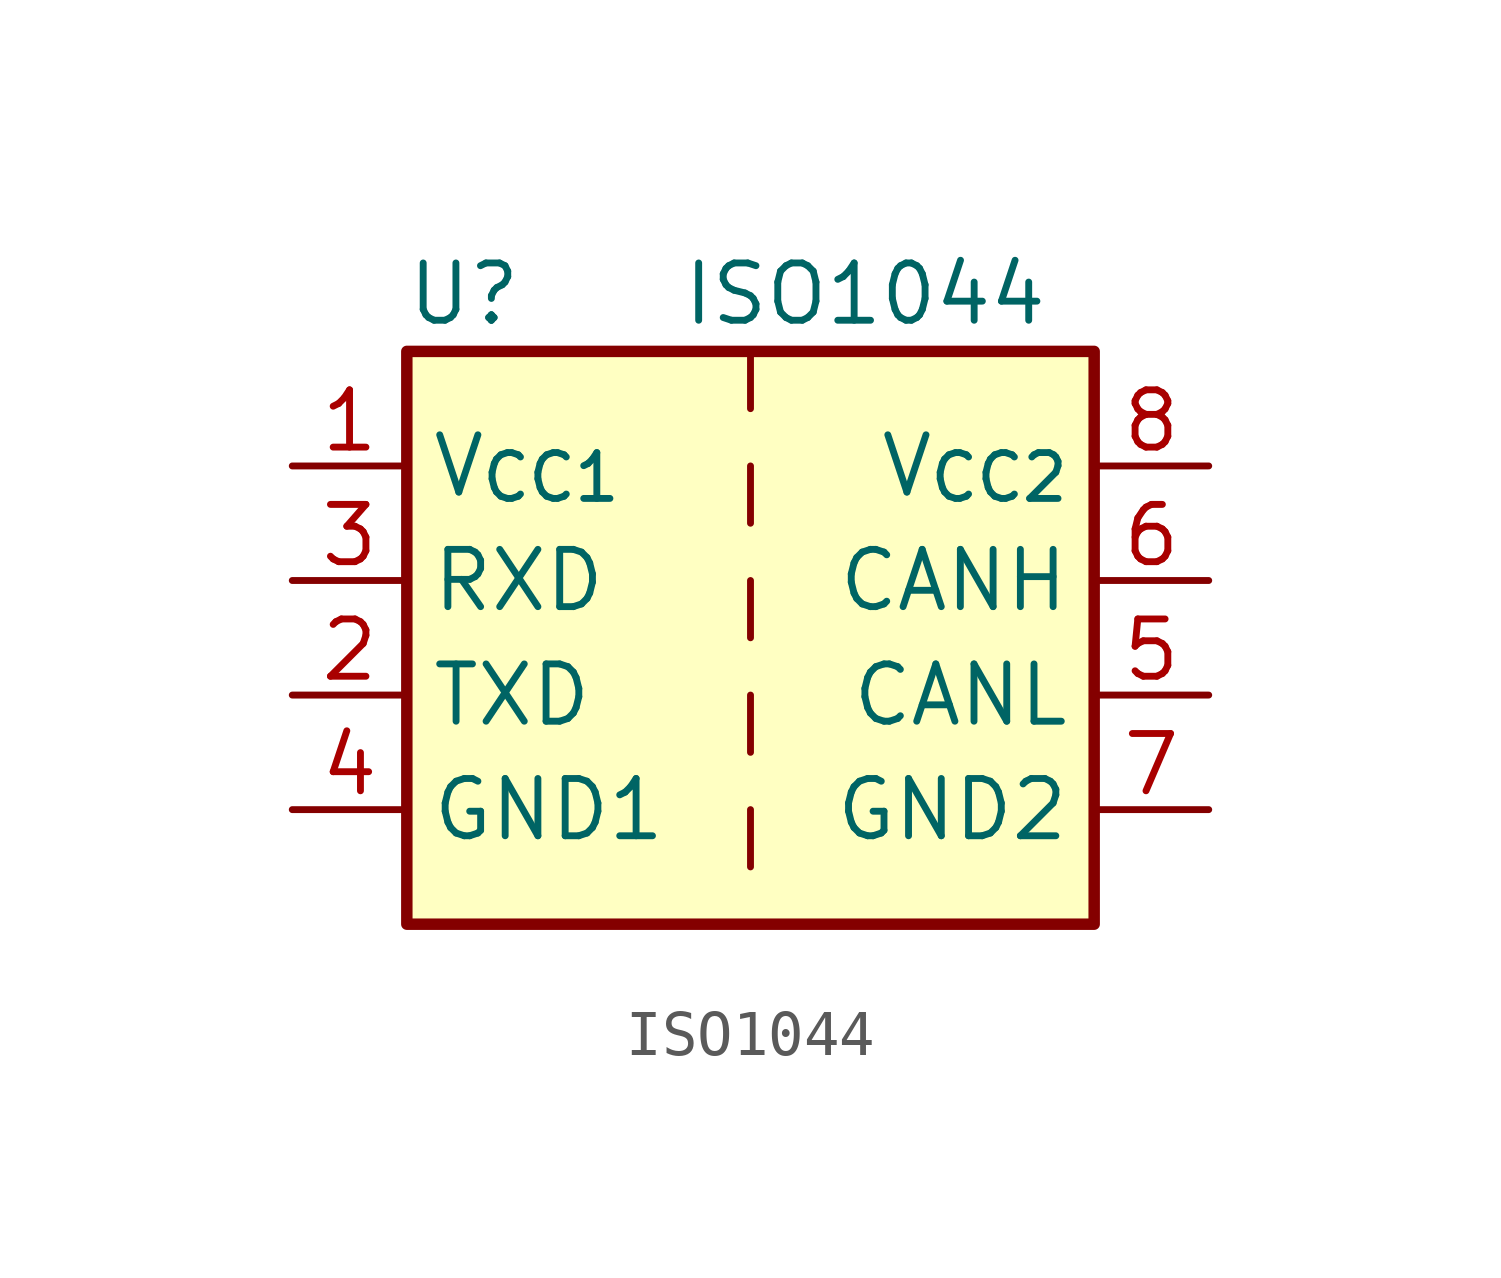
<source format=kicad_sym>
(kicad_symbol_lib
  (version 20220914)
  (generator kicad_symbol_editor)
  (symbol "ISO1044"
    (property "Reference" "U"
      (at -6.35 6.35 0)
      (effects (font (size 1.27 1.27))))
    (property "Value" "ISO1044"
      (at 2.54 6.35 0)
      (effects (font (size 1.27 1.27))))
    (symbol "ISO1044_0_1"
      (rectangle (start -7.62 5.08) (end 7.62 -7.62) (stroke (width 0.254) (type default)) (fill (type background)))
      (polyline (pts (xy 0 -5.08) (xy 0 -6.35)) (stroke (width 0) (type default)) (fill (type none)))
      (polyline (pts (xy 0 -2.54) (xy 0 -3.81)) (stroke (width 0) (type default)) (fill (type none)))
      (polyline (pts (xy 0 0) (xy 0 -1.27)) (stroke (width 0) (type default)) (fill (type none)))
      (polyline (pts (xy 0 2.54) (xy 0 1.27)) (stroke (width 0) (type default)) (fill (type none)))
      (polyline (pts (xy 0 5.08) (xy 0 3.81)) (stroke (width 0) (type default)) (fill (type none))))
    (symbol "ISO1044_1_1"
      (pin power_in line (at -10.16 2.54 0) (length 2.54) (name "V_{CC1}" (effects (font (size 1.27 1.27)))) (number "1" (effects (font (size 1.27 1.27)))))
      (pin input line (at -10.16 -2.54 0) (length 2.54) (name "TXD" (effects (font (size 1.27 1.27)))) (number "2" (effects (font (size 1.27 1.27)))))
      (pin output line (at -10.16 0 0) (length 2.54) (name "RXD" (effects (font (size 1.27 1.27)))) (number "3" (effects (font (size 1.27 1.27)))))
      (pin power_in line (at -10.16 -5.08 0) (length 2.54) (name "GND1" (effects (font (size 1.27 1.27)))) (number "4" (effects (font (size 1.27 1.27)))))
      (pin bidirectional line (at 10.16 -2.54 180) (length 2.54) (name "CANL" (effects (font (size 1.27 1.27)))) (number "5" (effects (font (size 1.27 1.27)))))
      (pin bidirectional line (at 10.16 0 180) (length 2.54) (name "CANH" (effects (font (size 1.27 1.27)))) (number "6" (effects (font (size 1.27 1.27)))))
      (pin power_in line (at 10.16 -5.08 180) (length 2.54) (name "GND2" (effects (font (size 1.27 1.27)))) (number "7" (effects (font (size 1.27 1.27)))))
      (pin power_in line (at 10.16 2.54 180) (length 2.54) (name "V_{CC2}" (effects (font (size 1.27 1.27)))) (number "8" (effects (font (size 1.27 1.27))))))))
</source>
